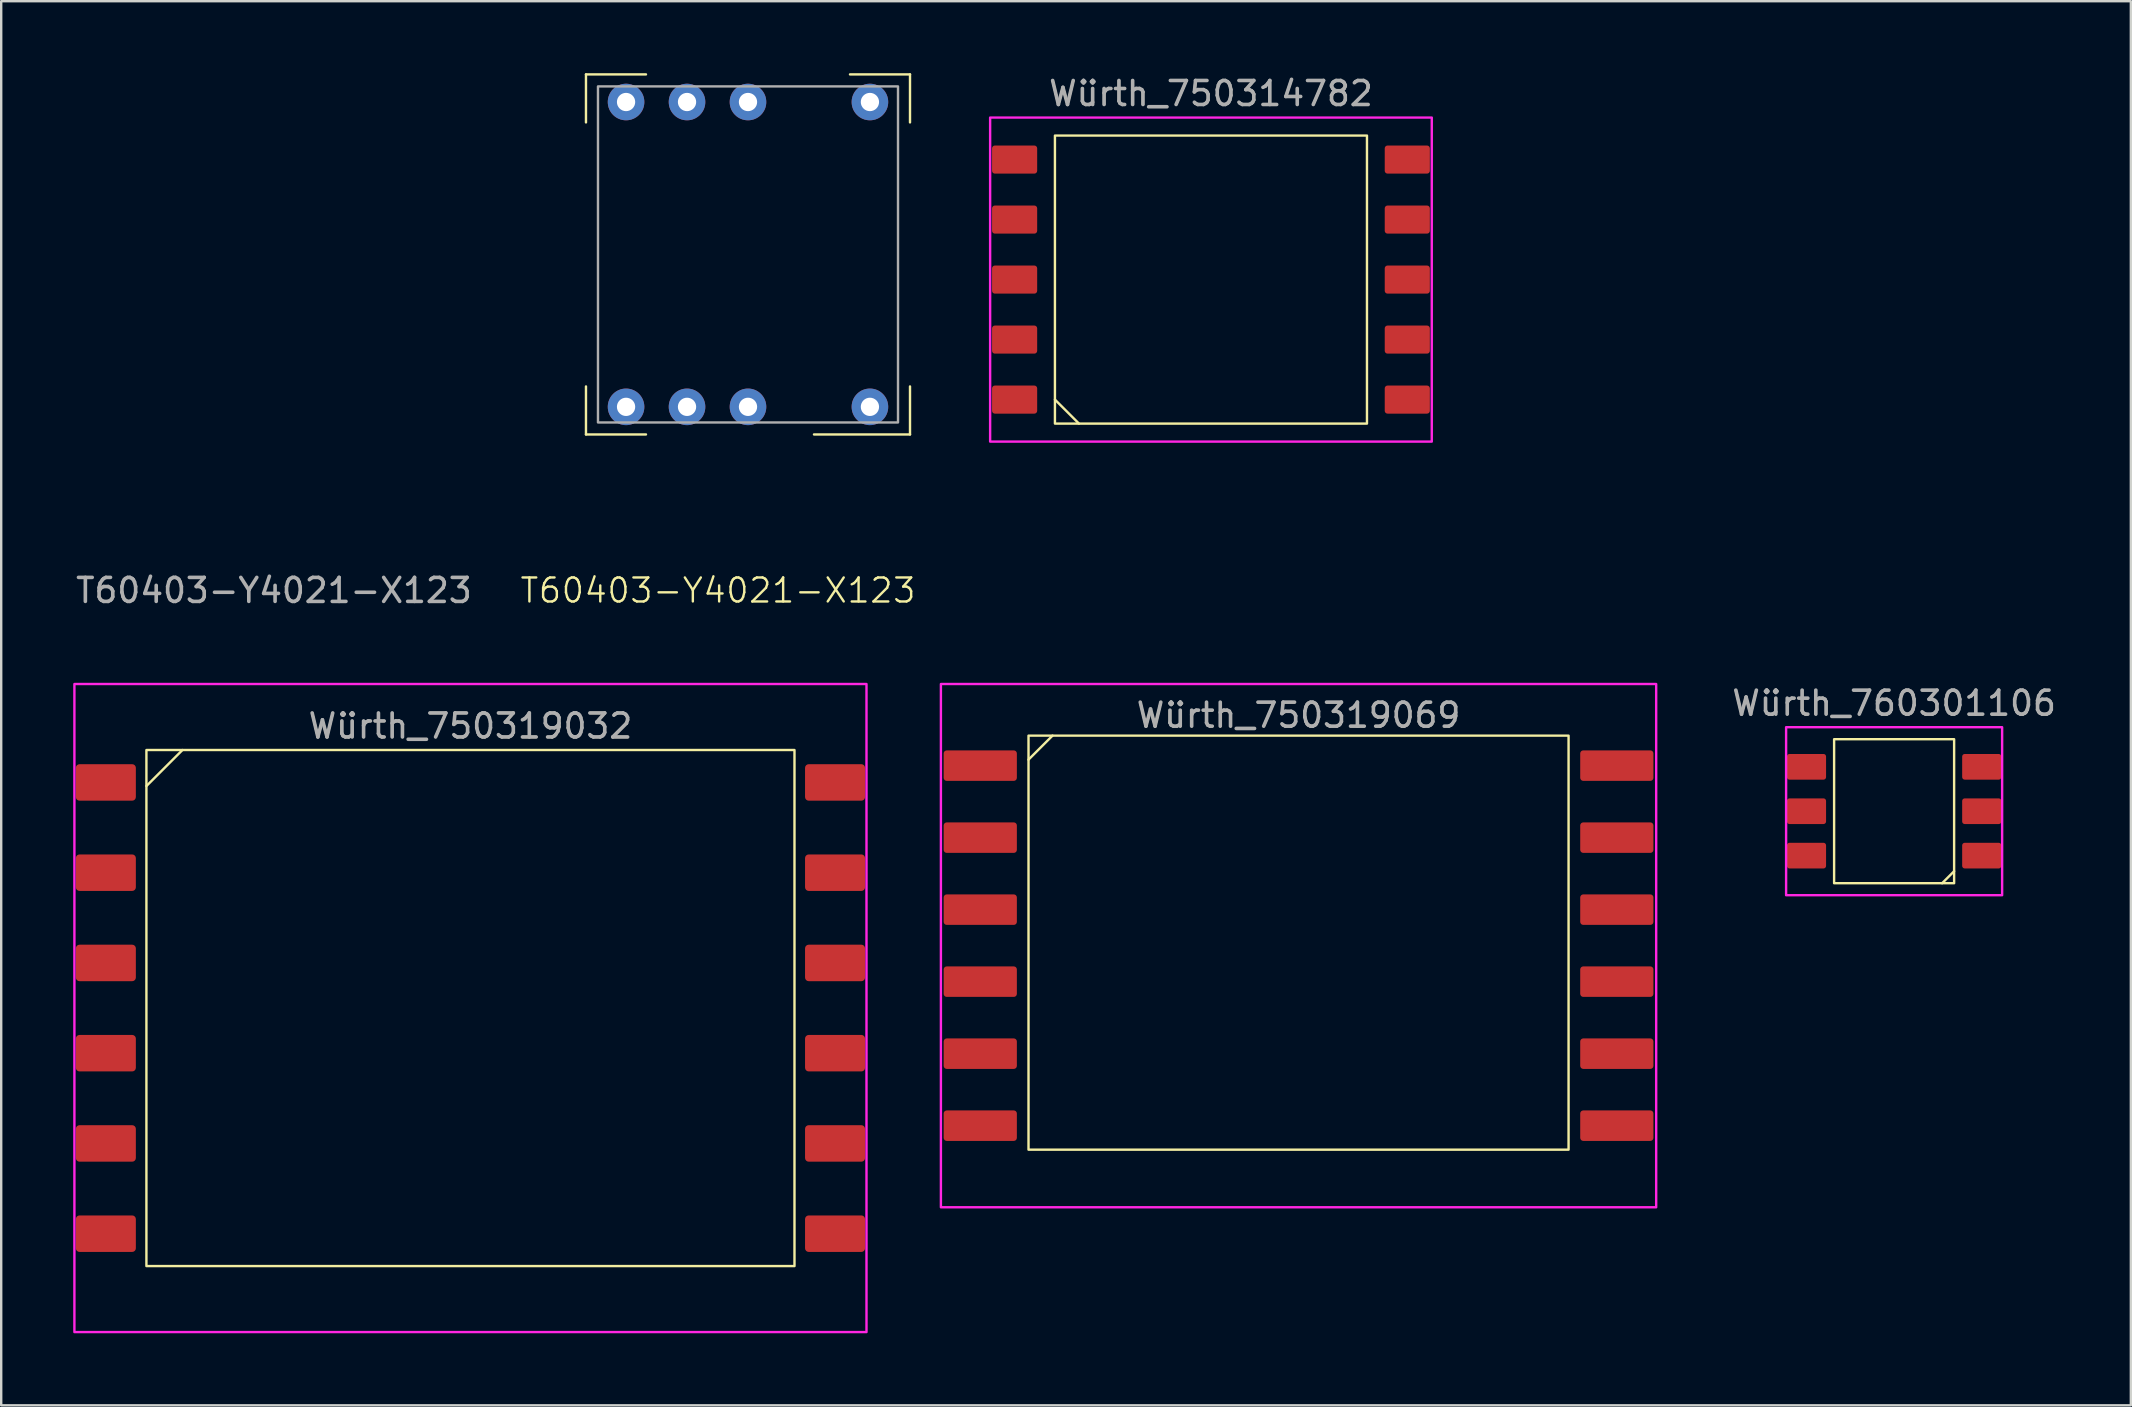
<source format=kicad_pcb>
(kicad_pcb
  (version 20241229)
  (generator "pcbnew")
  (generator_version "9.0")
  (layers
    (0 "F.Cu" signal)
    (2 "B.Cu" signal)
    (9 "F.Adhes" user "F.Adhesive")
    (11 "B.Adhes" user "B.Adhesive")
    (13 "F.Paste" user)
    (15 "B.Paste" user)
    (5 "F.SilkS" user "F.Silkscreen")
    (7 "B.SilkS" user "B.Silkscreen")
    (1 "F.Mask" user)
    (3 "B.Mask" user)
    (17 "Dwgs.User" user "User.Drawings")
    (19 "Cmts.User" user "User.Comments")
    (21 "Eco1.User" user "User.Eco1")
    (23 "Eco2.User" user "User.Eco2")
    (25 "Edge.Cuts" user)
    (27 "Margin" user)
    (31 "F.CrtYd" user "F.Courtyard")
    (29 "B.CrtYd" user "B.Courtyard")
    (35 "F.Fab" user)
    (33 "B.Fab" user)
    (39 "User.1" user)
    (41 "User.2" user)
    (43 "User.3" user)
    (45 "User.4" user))
  (footprint "T60403-Y4021-X123"
    (layer "F.Cu")
    (at 21.863 14.55)
    (property "Reference" "T60403-Y4021-X123" (at 5 7 0) (unlocked yes) (layer "F.SilkS") (effects (font (size 1 1) (thickness 0.1))))
    (attr through_hole)
    (fp_line (start -0.5 -14.5) (end 2 -14.5) (stroke (width 0.1) (type default)) (layer "F.SilkS"))
    (fp_line (start -0.5 -12.5) (end -0.5 -14.5) (stroke (width 0.1) (type default)) (layer "F.SilkS"))
    (fp_line (start -0.5 -1.5) (end -0.5 0.5) (stroke (width 0.1) (type default)) (layer "F.SilkS"))
    (fp_line (start -0.5 0.5) (end 2 0.5) (stroke (width 0.1) (type default)) (layer "F.SilkS"))
    (fp_line (start 13 -14.5) (end 10.5 -14.5) (stroke (width 0.1) (type default)) (layer "F.SilkS"))
    (fp_line (start 13 -12.5) (end 13 -14.5) (stroke (width 0.1) (type default)) (layer "F.SilkS"))
    (fp_line (start 13 -1.5) (end 13 0.5) (stroke (width 0.1) (type default)) (layer "F.SilkS"))
    (fp_line (start 13 0.5) (end 9 0.5) (stroke (width 0.1) (type default)) (layer "F.SilkS"))
    (fp_rect (start 0 -14) (end 12.5 0) (stroke (width 0.1) (type default)) (fill no) (layer "F.Fab"))
    (fp_text user "${REFERENCE}" (at -13.5 7 0) (unlocked yes) (layer "F.Fab") (effects (font (size 1 1) (thickness 0.15))))
    (pad "1" thru_hole circle (at 11.33 -13.35) (size 1.524 1.524) (drill 0.762) (layers "*.Cu" "*.Mask"))
    (pad "3" thru_hole circle (at 6.25 -13.35) (size 1.524 1.524) (drill 0.762) (layers "*.Cu" "*.Mask"))
    (pad "4" thru_hole circle (at 3.71 -13.35) (size 1.524 1.524) (drill 0.762) (layers "*.Cu" "*.Mask"))
    (pad "5" thru_hole circle (at 1.17 -13.35) (size 1.524 1.524) (drill 0.762) (layers "*.Cu" "*.Mask"))
    (pad "6" thru_hole circle (at 1.17 -0.65) (size 1.524 1.524) (drill 0.762) (layers "*.Cu" "*.Mask"))
    (pad "7" thru_hole circle (at 3.71 -0.65) (size 1.524 1.524) (drill 0.762) (layers "*.Cu" "*.Mask"))
    (pad "8" thru_hole circle (at 6.25 -0.65) (size 1.524 1.524) (drill 0.762) (layers "*.Cu" "*.Mask"))
    (pad "10" thru_hole circle (at 11.33 -0.65) (size 1.524 1.524) (drill 0.762) (layers "*.Cu" "*.Mask")))
  (footprint "Würth_760301106"
    (layer "F.Cu")
    (at 75.863 30.747)
    (property "Reference" "Würth_760301106" (at 0 -4.5 0) (unlocked yes) (layer "F.SilkS") (effects (font (size 1 1) (thickness 0.1))))
    (attr smd)
    (fp_line (start 2 3) (end 2.5 2.5) (stroke (width 0.1) (type default)) (layer "F.SilkS"))
    (fp_rect (start -2.5 -3) (end 2.5 3) (stroke (width 0.1) (type default)) (fill no) (layer "F.SilkS"))
    (fp_rect (start -4.5 -3.5) (end 4.5 3.5) (stroke (width 0.1) (type default)) (fill no) (layer "F.CrtYd"))
    (fp_text user "${REFERENCE}" (at 0 -4.5 0) (unlocked yes) (layer "F.Fab") (effects (font (size 1 1) (thickness 0.15))))
    (pad "1" smd roundrect (at 3.65 1.85) (size 1.63 1.07) (layers "F.Cu" "F.Mask" "F.Paste") (roundrect_rratio 0.1))
    (pad "2" smd roundrect (at 3.65 0) (size 1.63 1.07) (layers "F.Cu" "F.Mask" "F.Paste") (roundrect_rratio 0.1))
    (pad "3" smd roundrect (at 3.65 -1.85) (size 1.63 1.07) (layers "F.Cu" "F.Mask" "F.Paste") (roundrect_rratio 0.1))
    (pad "4" smd roundrect (at -3.65 -1.85) (size 1.63 1.07) (layers "F.Cu" "F.Mask" "F.Paste") (roundrect_rratio 0.1))
    (pad "5" smd roundrect (at -3.65 0) (size 1.63 1.07) (layers "F.Cu" "F.Mask" "F.Paste") (roundrect_rratio 0.1))
    (pad "6" smd roundrect (at -3.65 1.85) (size 1.63 1.07) (layers "F.Cu" "F.Mask" "F.Paste") (roundrect_rratio 0.1)))
  (footprint "Würth_750314782"
    (layer "F.Cu")
    (at 47.401 8.598)
    (property "Reference" "Würth_750314782" (at 0 -7.75 0) (unlocked yes) (layer "F.SilkS") (effects (font (size 1 1) (thickness 0.1))))
    (attr smd)
    (fp_line (start -6.5 5) (end -5.5 6) (stroke (width 0.1) (type default)) (layer "F.SilkS"))
    (fp_rect (start -6.5 -6) (end 6.5 6) (stroke (width 0.1) (type default)) (fill no) (layer "F.SilkS"))
    (fp_rect (start -9.2 -6.75) (end 9.2 6.75) (stroke (width 0.1) (type default)) (fill no) (layer "F.CrtYd"))
    (fp_text user "${REFERENCE}" (at 0 -7.75 0) (unlocked yes) (layer "F.Fab") (effects (font (size 1 1) (thickness 0.15))))
    (pad "1" smd roundrect (at -8.18 5) (size 1.88 1.17) (layers "F.Cu" "F.Mask" "F.Paste") (roundrect_rratio 0.1))
    (pad "2" smd roundrect (at -8.18 2.5) (size 1.88 1.17) (layers "F.Cu" "F.Mask" "F.Paste") (roundrect_rratio 0.1))
    (pad "3" smd roundrect (at -8.18 0) (size 1.88 1.17) (layers "F.Cu" "F.Mask" "F.Paste") (roundrect_rratio 0.1))
    (pad "4" smd roundrect (at -8.18 -2.5) (size 1.88 1.17) (layers "F.Cu" "F.Mask" "F.Paste") (roundrect_rratio 0.1))
    (pad "5" smd roundrect (at -8.18 -5) (size 1.88 1.17) (layers "F.Cu" "F.Mask" "F.Paste") (roundrect_rratio 0.1))
    (pad "6" smd roundrect (at 8.18 -5) (size 1.88 1.17) (layers "F.Cu" "F.Mask" "F.Paste") (roundrect_rratio 0.1))
    (pad "7" smd roundrect (at 8.18 -2.5) (size 1.88 1.17) (layers "F.Cu" "F.Mask" "F.Paste") (roundrect_rratio 0.1))
    (pad "8" smd roundrect (at 8.18 0) (size 1.88 1.17) (layers "F.Cu" "F.Mask" "F.Paste") (roundrect_rratio 0.1))
    (pad "9" smd roundrect (at 8.18 2.5) (size 1.88 1.17) (layers "F.Cu" "F.Mask" "F.Paste") (roundrect_rratio 0.1))
    (pad "10" smd roundrect (at 8.18 5) (size 1.88 1.17) (layers "F.Cu" "F.Mask" "F.Paste") (roundrect_rratio 0.1)))
  (footprint "Würth_750319069"
    (layer "F.Cu")
    (at 51.05 36.348)
    (property "Reference" "Würth_750319069" (at 0 -9.6 0) (unlocked yes) (layer "F.SilkS") (effects (font (size 1 1) (thickness 0.1))))
    (attr smd)
    (fp_line (start -11.25 -7.75) (end -10.25 -8.75) (stroke (width 0.1) (type default)) (layer "F.SilkS"))
    (fp_rect (start -11.25 -8.75) (end 11.25 8.5) (stroke (width 0.1) (type default)) (fill no) (layer "F.SilkS"))
    (fp_rect (start -14.9 -10.9) (end 14.9 10.9) (stroke (width 0.1) (type default)) (fill no) (layer "F.CrtYd"))
    (fp_text user "${REFERENCE}" (at 0 -9.6 0) (unlocked yes) (layer "F.Fab") (effects (font (size 1 1) (thickness 0.15))))
    (pad "1" smd roundrect (at -13.26 -7.5) (size 3.05 1.27) (layers "F.Cu" "F.Mask" "F.Paste") (roundrect_rratio 0.1))
    (pad "2" smd roundrect (at -13.26 -4.5) (size 3.05 1.27) (layers "F.Cu" "F.Mask" "F.Paste") (roundrect_rratio 0.1))
    (pad "3" smd roundrect (at -13.26 -1.5) (size 3.05 1.27) (layers "F.Cu" "F.Mask" "F.Paste") (roundrect_rratio 0.1))
    (pad "4" smd roundrect (at -13.26 1.5) (size 3.05 1.27) (layers "F.Cu" "F.Mask" "F.Paste") (roundrect_rratio 0.1))
    (pad "5" smd roundrect (at -13.26 4.5) (size 3.05 1.27) (layers "F.Cu" "F.Mask" "F.Paste") (roundrect_rratio 0.1))
    (pad "6" smd roundrect (at -13.26 7.5) (size 3.05 1.27) (layers "F.Cu" "F.Mask" "F.Paste") (roundrect_rratio 0.1))
    (pad "7" smd roundrect (at 13.26 7.5) (size 3.05 1.27) (layers "F.Cu" "F.Mask" "F.Paste") (roundrect_rratio 0.1))
    (pad "8" smd roundrect (at 13.26 4.5) (size 3.05 1.27) (layers "F.Cu" "F.Mask" "F.Paste") (roundrect_rratio 0.1))
    (pad "9" smd roundrect (at 13.26 1.5) (size 3.05 1.27) (layers "F.Cu" "F.Mask" "F.Paste") (roundrect_rratio 0.1))
    (pad "10" smd roundrect (at 13.26 -1.5) (size 3.05 1.27) (layers "F.Cu" "F.Mask" "F.Paste") (roundrect_rratio 0.1))
    (pad "11" smd roundrect (at 13.26 -4.5) (size 3.05 1.27) (layers "F.Cu" "F.Mask" "F.Paste") (roundrect_rratio 0.1))
    (pad "12" smd roundrect (at 13.26 -7.5) (size 3.05 1.27) (layers "F.Cu" "F.Mask" "F.Paste") (roundrect_rratio 0.1)))
  (footprint "Würth_750319032"
    (layer "F.Cu")
    (at 16.55 38.948)
    (property "Reference" "Würth_750319032" (at 0 -11.75 0) (unlocked yes) (layer "F.SilkS") (effects (font (size 1 1) (thickness 0.1))))
    (attr smd)
    (fp_line (start -13.5 -9.25) (end -12 -10.75) (stroke (width 0.1) (type default)) (layer "F.SilkS"))
    (fp_rect (start -13.5 -10.75) (end 13.5 10.75) (stroke (width 0.1) (type default)) (fill no) (layer "F.SilkS"))
    (fp_rect (start -16.5 -13.5) (end 16.5 13.5) (stroke (width 0.1) (type default)) (fill no) (layer "F.CrtYd"))
    (fp_text user "${REFERENCE}" (at 0 -11.75 0) (unlocked yes) (layer "F.Fab") (effects (font (size 1 1) (thickness 0.15))))
    (pad "1" smd roundrect (at -15.19 -9.4) (size 2.5 1.52) (layers "F.Cu" "F.Mask" "F.Paste") (roundrect_rratio 0.1))
    (pad "2" smd roundrect (at -15.19 -5.64) (size 2.5 1.52) (layers "F.Cu" "F.Mask" "F.Paste") (roundrect_rratio 0.1))
    (pad "3" smd roundrect (at -15.19 -1.88) (size 2.5 1.52) (layers "F.Cu" "F.Mask" "F.Paste") (roundrect_rratio 0.1))
    (pad "4" smd roundrect (at -15.19 1.88) (size 2.5 1.52) (layers "F.Cu" "F.Mask" "F.Paste") (roundrect_rratio 0.1))
    (pad "5" smd roundrect (at -15.19 5.64) (size 2.5 1.52) (layers "F.Cu" "F.Mask" "F.Paste") (roundrect_rratio 0.1))
    (pad "6" smd roundrect (at -15.19 9.4) (size 2.5 1.52) (layers "F.Cu" "F.Mask" "F.Paste") (roundrect_rratio 0.1))
    (pad "7" smd roundrect (at 15.19 9.4) (size 2.5 1.52) (layers "F.Cu" "F.Mask" "F.Paste") (roundrect_rratio 0.1))
    (pad "8" smd roundrect (at 15.19 5.64) (size 2.5 1.52) (layers "F.Cu" "F.Mask" "F.Paste") (roundrect_rratio 0.1))
    (pad "9" smd roundrect (at 15.19 1.88) (size 2.5 1.52) (layers "F.Cu" "F.Mask" "F.Paste") (roundrect_rratio 0.1))
    (pad "10" smd roundrect (at 15.19 -1.88) (size 2.5 1.52) (layers "F.Cu" "F.Mask" "F.Paste") (roundrect_rratio 0.1))
    (pad "11" smd roundrect (at 15.19 -5.64) (size 2.5 1.52) (layers "F.Cu" "F.Mask" "F.Paste") (roundrect_rratio 0.1))
    (pad "12" smd roundrect (at 15.19 -9.4) (size 2.5 1.52) (layers "F.Cu" "F.Mask" "F.Paste") (roundrect_rratio 0.1)))
  (gr_rect
    (start -3 -3)
    (end 85.726 55.498)
    (stroke (width 0.1) (type default))
    (fill no)
    (layer "Edge.Cuts")))
</source>
